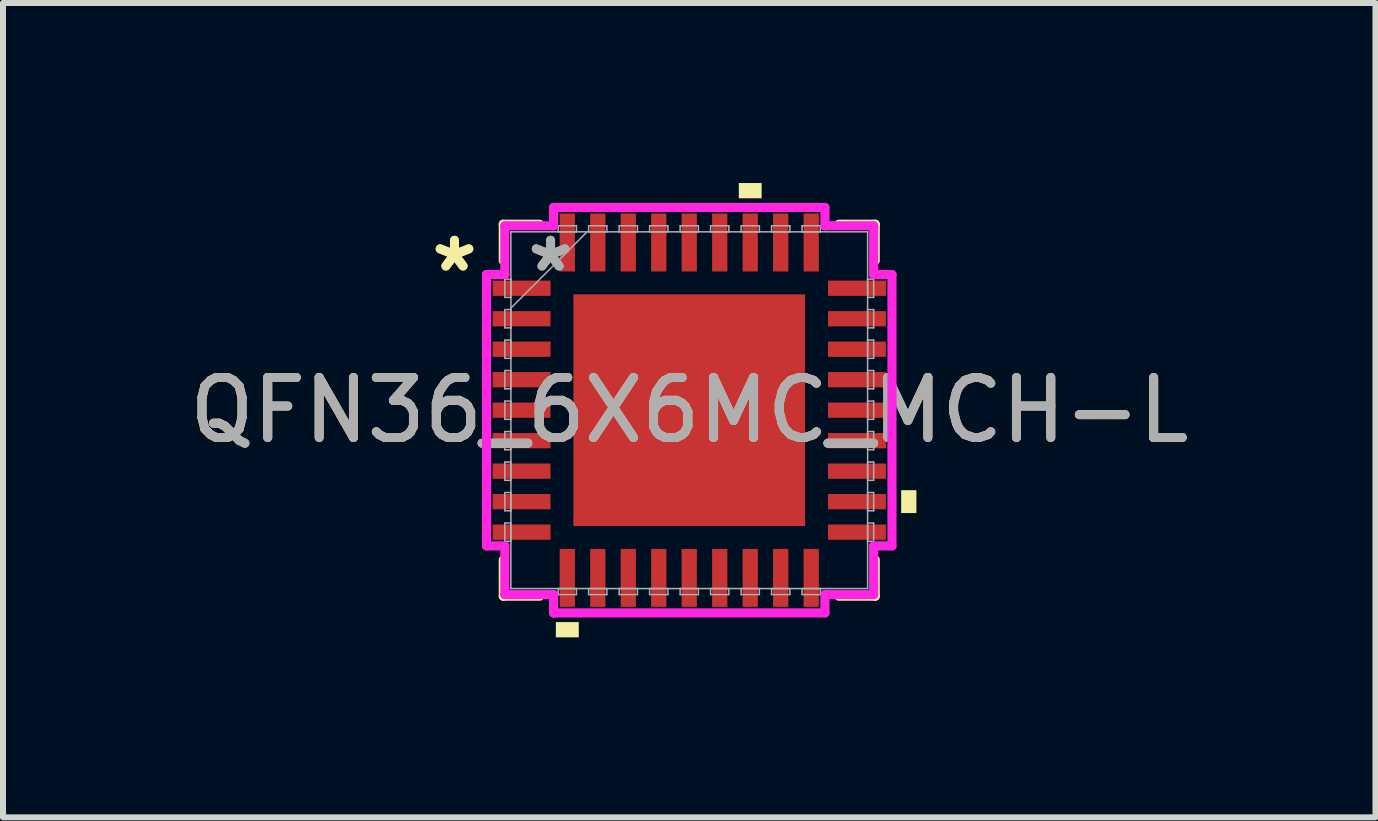
<source format=kicad_pcb>
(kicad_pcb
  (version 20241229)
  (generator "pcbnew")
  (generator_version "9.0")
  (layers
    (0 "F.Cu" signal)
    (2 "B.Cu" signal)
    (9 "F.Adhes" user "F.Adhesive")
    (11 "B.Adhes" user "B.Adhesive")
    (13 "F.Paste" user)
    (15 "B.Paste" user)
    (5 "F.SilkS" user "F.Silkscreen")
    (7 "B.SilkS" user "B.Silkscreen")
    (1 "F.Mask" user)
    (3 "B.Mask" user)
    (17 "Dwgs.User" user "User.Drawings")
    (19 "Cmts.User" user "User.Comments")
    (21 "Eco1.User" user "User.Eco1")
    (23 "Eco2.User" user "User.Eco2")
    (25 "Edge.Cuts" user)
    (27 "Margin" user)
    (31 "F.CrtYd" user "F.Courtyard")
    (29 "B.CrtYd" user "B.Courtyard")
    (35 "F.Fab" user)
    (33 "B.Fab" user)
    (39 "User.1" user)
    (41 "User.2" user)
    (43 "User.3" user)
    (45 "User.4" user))
  (footprint "QFN36_6X6MC_MCH-L"
    (layer "F.Cu")
    (at 8.435 3.785)
    (property "Reference" "QFN36_6X6MC_MCH-L" (at 0 0 0) (unlocked yes) (layer "F.SilkS") (effects (font (size 1 1) (thickness 0.15))))
    (attr smd)
    (fp_poly (pts (xy -1.994 -1.994) (xy -1.381 -1.994) (xy -1.381 1.994) (xy -1.994 1.994)) (stroke (width 0) (type solid)) (fill yes) (layer "F.Mask"))
    (fp_poly (pts (xy -1.994 -1.994) (xy 1.994 -1.994) (xy 1.994 -1.381) (xy -1.994 -1.381)) (stroke (width 0) (type solid)) (fill yes) (layer "F.Mask"))
    (fp_poly (pts (xy -1.994 -0.981) (xy 1.994 -0.981) (xy 1.994 -0.594) (xy -1.994 -0.594)) (stroke (width 0) (type solid)) (fill yes) (layer "F.Mask"))
    (fp_poly (pts (xy -1.994 -0.194) (xy 1.994 -0.194) (xy 1.994 0.194) (xy -1.994 0.194)) (stroke (width 0) (type solid)) (fill yes) (layer "F.Mask"))
    (fp_poly (pts (xy -1.994 0.594) (xy 1.994 0.594) (xy 1.994 0.981) (xy -1.994 0.981)) (stroke (width 0) (type solid)) (fill yes) (layer "F.Mask"))
    (fp_poly (pts (xy -1.994 1.381) (xy 1.994 1.381) (xy 1.994 1.994) (xy -1.994 1.994)) (stroke (width 0) (type solid)) (fill yes) (layer "F.Mask"))
    (fp_poly (pts (xy -0.594 -1.994) (xy -0.981 -1.994) (xy -0.981 1.994) (xy -0.594 1.994)) (stroke (width 0) (type solid)) (fill yes) (layer "F.Mask"))
    (fp_poly (pts (xy 0.194 -1.994) (xy -0.194 -1.994) (xy -0.194 1.994) (xy 0.194 1.994)) (stroke (width 0) (type solid)) (fill yes) (layer "F.Mask"))
    (fp_poly (pts (xy 0.981 -1.994) (xy 0.594 -1.994) (xy 0.594 1.994) (xy 0.981 1.994)) (stroke (width 0) (type solid)) (fill yes) (layer "F.Mask"))
    (fp_poly (pts (xy 1.381 -1.994) (xy 1.994 -1.994) (xy 1.994 1.994) (xy 1.381 1.994)) (stroke (width 0) (type solid)) (fill yes) (layer "F.Mask"))
    (fp_line (start -3.099 -3.099) (end -3.099 -2.492) (stroke (width 0.152) (type solid)) (layer "F.SilkS"))
    (fp_line (start -3.099 2.492) (end -3.099 3.099) (stroke (width 0.152) (type solid)) (layer "F.SilkS"))
    (fp_line (start -3.099 3.099) (end -2.492 3.099) (stroke (width 0.152) (type solid)) (layer "F.SilkS"))
    (fp_line (start -2.492 -3.099) (end -3.099 -3.099) (stroke (width 0.152) (type solid)) (layer "F.SilkS"))
    (fp_line (start 2.492 3.099) (end 3.099 3.099) (stroke (width 0.152) (type solid)) (layer "F.SilkS"))
    (fp_line (start 3.099 -3.099) (end 2.492 -3.099) (stroke (width 0.152) (type solid)) (layer "F.SilkS"))
    (fp_line (start 3.099 -2.492) (end 3.099 -3.099) (stroke (width 0.152) (type solid)) (layer "F.SilkS"))
    (fp_line (start 3.099 3.099) (end 3.099 2.492) (stroke (width 0.152) (type solid)) (layer "F.SilkS"))
    (fp_poly (pts (xy -2.223 3.531) (xy -2.223 3.785) (xy -1.841 3.785) (xy -1.841 3.531)) (stroke (width 0) (type solid)) (fill yes) (layer "F.SilkS"))
    (fp_poly (pts (xy 0.826 -3.531) (xy 0.826 -3.785) (xy 1.206 -3.785) (xy 1.206 -3.531)) (stroke (width 0) (type solid)) (fill yes) (layer "F.SilkS"))
    (fp_poly (pts (xy 3.785 1.333) (xy 3.785 1.714) (xy 3.531 1.714) (xy 3.531 1.333)) (stroke (width 0) (type solid)) (fill yes) (layer "F.SilkS"))
    (fp_poly (pts (xy -1.855 -1.855) (xy -1.855 -1.281) (xy -1.423 -1.281) (xy -1.281 -1.423) (xy -1.281 -1.855)) (stroke (width 0) (type solid)) (fill yes) (layer "F.Paste"))
    (fp_poly (pts (xy -1.855 1.281) (xy -1.855 1.855) (xy -1.281 1.855) (xy -1.281 1.423) (xy -1.423 1.281)) (stroke (width 0) (type solid)) (fill yes) (layer "F.Paste"))
    (fp_poly (pts (xy 1.281 -1.855) (xy 1.281 -1.423) (xy 1.423 -1.281) (xy 1.855 -1.281) (xy 1.855 -1.855)) (stroke (width 0) (type solid)) (fill yes) (layer "F.Paste"))
    (fp_poly (pts (xy 1.423 1.281) (xy 1.281 1.423) (xy 1.281 1.855) (xy 1.855 1.855) (xy 1.855 1.281)) (stroke (width 0) (type solid)) (fill yes) (layer "F.Paste"))
    (fp_poly (pts (xy -1.855 -1.081) (xy -1.855 -0.494) (xy -1.423 -0.494) (xy -1.281 -0.635) (xy -1.281 -0.94) (xy -1.423 -1.081)) (stroke (width 0) (type solid)) (fill yes) (layer "F.Paste"))
    (fp_poly (pts (xy -1.855 -0.294) (xy -1.855 0.294) (xy -1.423 0.294) (xy -1.281 0.152) (xy -1.281 -0.152) (xy -1.423 -0.294)) (stroke (width 0) (type solid)) (fill yes) (layer "F.Paste"))
    (fp_poly (pts (xy -1.855 0.494) (xy -1.855 1.081) (xy -1.423 1.081) (xy -1.281 0.94) (xy -1.281 0.635) (xy -1.423 0.494)) (stroke (width 0) (type solid)) (fill yes) (layer "F.Paste"))
    (fp_poly (pts (xy -1.081 -1.855) (xy -1.081 -1.423) (xy -0.94 -1.281) (xy -0.635 -1.281) (xy -0.494 -1.423) (xy -0.494 -1.855)) (stroke (width 0) (type solid)) (fill yes) (layer "F.Paste"))
    (fp_poly (pts (xy -0.94 1.281) (xy -1.081 1.423) (xy -1.081 1.855) (xy -0.494 1.855) (xy -0.494 1.423) (xy -0.635 1.281)) (stroke (width 0) (type solid)) (fill yes) (layer "F.Paste"))
    (fp_poly (pts (xy -0.294 -1.855) (xy -0.294 -1.423) (xy -0.152 -1.281) (xy 0.152 -1.281) (xy 0.294 -1.423) (xy 0.294 -1.855)) (stroke (width 0) (type solid)) (fill yes) (layer "F.Paste"))
    (fp_poly (pts (xy -0.152 1.281) (xy -0.294 1.423) (xy -0.294 1.855) (xy 0.294 1.855) (xy 0.294 1.423) (xy 0.152 1.281)) (stroke (width 0) (type solid)) (fill yes) (layer "F.Paste"))
    (fp_poly (pts (xy 0.494 -1.855) (xy 0.494 -1.423) (xy 0.635 -1.281) (xy 0.94 -1.281) (xy 1.081 -1.423) (xy 1.081 -1.855)) (stroke (width 0) (type solid)) (fill yes) (layer "F.Paste"))
    (fp_poly (pts (xy 0.635 1.281) (xy 0.494 1.423) (xy 0.494 1.855) (xy 1.081 1.855) (xy 1.081 1.423) (xy 0.94 1.281)) (stroke (width 0) (type solid)) (fill yes) (layer "F.Paste"))
    (fp_poly (pts (xy 1.423 -1.081) (xy 1.281 -0.94) (xy 1.281 -0.635) (xy 1.423 -0.494) (xy 1.855 -0.494) (xy 1.855 -1.081)) (stroke (width 0) (type solid)) (fill yes) (layer "F.Paste"))
    (fp_poly (pts (xy 1.423 -0.294) (xy 1.281 -0.152) (xy 1.281 0.152) (xy 1.423 0.294) (xy 1.855 0.294) (xy 1.855 -0.294)) (stroke (width 0) (type solid)) (fill yes) (layer "F.Paste"))
    (fp_poly (pts (xy 1.423 0.494) (xy 1.281 0.635) (xy 1.281 0.94) (xy 1.423 1.081) (xy 1.855 1.081) (xy 1.855 0.494)) (stroke (width 0) (type solid)) (fill yes) (layer "F.Paste"))
    (fp_poly (pts (xy -0.94 -1.081) (xy -1.081 -0.94) (xy -1.081 -0.635) (xy -0.94 -0.494) (xy -0.635 -0.494) (xy -0.494 -0.635) (xy -0.494 -0.94) (xy -0.635 -1.081)) (stroke (width 0) (type solid)) (fill yes) (layer "F.Paste"))
    (fp_poly (pts (xy -0.94 -0.294) (xy -1.081 -0.152) (xy -1.081 0.152) (xy -0.94 0.294) (xy -0.635 0.294) (xy -0.494 0.152) (xy -0.494 -0.152) (xy -0.635 -0.294)) (stroke (width 0) (type solid)) (fill yes) (layer "F.Paste"))
    (fp_poly (pts (xy -0.94 0.494) (xy -1.081 0.635) (xy -1.081 0.94) (xy -0.94 1.081) (xy -0.635 1.081) (xy -0.494 0.94) (xy -0.494 0.635) (xy -0.635 0.494)) (stroke (width 0) (type solid)) (fill yes) (layer "F.Paste"))
    (fp_poly (pts (xy -0.152 -1.081) (xy -0.294 -0.94) (xy -0.294 -0.635) (xy -0.152 -0.494) (xy 0.152 -0.494) (xy 0.294 -0.635) (xy 0.294 -0.94) (xy 0.152 -1.081)) (stroke (width 0) (type solid)) (fill yes) (layer "F.Paste"))
    (fp_poly (pts (xy -0.152 -0.294) (xy -0.294 -0.152) (xy -0.294 0.152) (xy -0.152 0.294) (xy 0.152 0.294) (xy 0.294 0.152) (xy 0.294 -0.152) (xy 0.152 -0.294)) (stroke (width 0) (type solid)) (fill yes) (layer "F.Paste"))
    (fp_poly (pts (xy -0.152 0.494) (xy -0.294 0.635) (xy -0.294 0.94) (xy -0.152 1.081) (xy 0.152 1.081) (xy 0.294 0.94) (xy 0.294 0.635) (xy 0.152 0.494)) (stroke (width 0) (type solid)) (fill yes) (layer "F.Paste"))
    (fp_poly (pts (xy 0.635 -1.081) (xy 0.494 -0.94) (xy 0.494 -0.635) (xy 0.635 -0.494) (xy 0.94 -0.494) (xy 1.081 -0.635) (xy 1.081 -0.94) (xy 0.94 -1.081)) (stroke (width 0) (type solid)) (fill yes) (layer "F.Paste"))
    (fp_poly (pts (xy 0.635 -0.294) (xy 0.494 -0.152) (xy 0.494 0.152) (xy 0.635 0.294) (xy 0.94 0.294) (xy 1.081 0.152) (xy 1.081 -0.152) (xy 0.94 -0.294)) (stroke (width 0) (type solid)) (fill yes) (layer "F.Paste"))
    (fp_poly (pts (xy 0.635 0.494) (xy 0.494 0.635) (xy 0.494 0.94) (xy 0.635 1.081) (xy 0.94 1.081) (xy 1.081 0.94) (xy 1.081 0.635) (xy 0.94 0.494)) (stroke (width 0) (type solid)) (fill yes) (layer "F.Paste"))
    (fp_circle (center -1.181 -1.181) (end -0.8 -1.181) (stroke (width 0.254) (type solid)) (fill no) (layer "Eco1.User"))
    (fp_circle (center -1.181 -0.394) (end -0.8 -0.394) (stroke (width 0.254) (type solid)) (fill no) (layer "Eco1.User"))
    (fp_circle (center -1.181 0.394) (end -0.8 0.394) (stroke (width 0.254) (type solid)) (fill no) (layer "Eco1.User"))
    (fp_circle (center -1.181 1.181) (end -0.8 1.181) (stroke (width 0.254) (type solid)) (fill no) (layer "Eco1.User"))
    (fp_circle (center -0.394 -1.181) (end -0.013 -1.181) (stroke (width 0.254) (type solid)) (fill no) (layer "Eco1.User"))
    (fp_circle (center -0.394 -0.394) (end -0.013 -0.394) (stroke (width 0.254) (type solid)) (fill no) (layer "Eco1.User"))
    (fp_circle (center -0.394 0.394) (end -0.013 0.394) (stroke (width 0.254) (type solid)) (fill no) (layer "Eco1.User"))
    (fp_circle (center -0.394 1.181) (end -0.013 1.181) (stroke (width 0.254) (type solid)) (fill no) (layer "Eco1.User"))
    (fp_circle (center 0.394 -1.181) (end 0.775 -1.181) (stroke (width 0.254) (type solid)) (fill no) (layer "Eco1.User"))
    (fp_circle (center 0.394 -0.394) (end 0.775 -0.394) (stroke (width 0.254) (type solid)) (fill no) (layer "Eco1.User"))
    (fp_circle (center 0.394 0.394) (end 0.775 0.394) (stroke (width 0.254) (type solid)) (fill no) (layer "Eco1.User"))
    (fp_circle (center 0.394 1.181) (end 0.775 1.181) (stroke (width 0.254) (type solid)) (fill no) (layer "Eco1.User"))
    (fp_circle (center 1.181 -1.181) (end 1.562 -1.181) (stroke (width 0.254) (type solid)) (fill no) (layer "Eco1.User"))
    (fp_circle (center 1.181 -0.394) (end 1.562 -0.394) (stroke (width 0.254) (type solid)) (fill no) (layer "Eco1.User"))
    (fp_circle (center 1.181 0.394) (end 1.562 0.394) (stroke (width 0.254) (type solid)) (fill no) (layer "Eco1.User"))
    (fp_circle (center 1.181 1.181) (end 1.562 1.181) (stroke (width 0.254) (type solid)) (fill no) (layer "Eco1.User"))
    (fp_line (start -3.378 -2.261) (end -3.073 -2.261) (stroke (width 0.152) (type solid)) (layer "F.CrtYd"))
    (fp_line (start -3.378 2.261) (end -3.378 -2.261) (stroke (width 0.152) (type solid)) (layer "F.CrtYd"))
    (fp_line (start -3.073 -3.073) (end -2.261 -3.073) (stroke (width 0.152) (type solid)) (layer "F.CrtYd"))
    (fp_line (start -3.073 -2.261) (end -3.073 -3.073) (stroke (width 0.152) (type solid)) (layer "F.CrtYd"))
    (fp_line (start -3.073 2.261) (end -3.378 2.261) (stroke (width 0.152) (type solid)) (layer "F.CrtYd"))
    (fp_line (start -3.073 3.073) (end -3.073 2.261) (stroke (width 0.152) (type solid)) (layer "F.CrtYd"))
    (fp_line (start -2.261 -3.378) (end 2.261 -3.378) (stroke (width 0.152) (type solid)) (layer "F.CrtYd"))
    (fp_line (start -2.261 -3.073) (end -2.261 -3.378) (stroke (width 0.152) (type solid)) (layer "F.CrtYd"))
    (fp_line (start -2.261 3.073) (end -3.073 3.073) (stroke (width 0.152) (type solid)) (layer "F.CrtYd"))
    (fp_line (start -2.261 3.378) (end -2.261 3.073) (stroke (width 0.152) (type solid)) (layer "F.CrtYd"))
    (fp_line (start 2.261 -3.378) (end 2.261 -3.073) (stroke (width 0.152) (type solid)) (layer "F.CrtYd"))
    (fp_line (start 2.261 -3.073) (end 3.073 -3.073) (stroke (width 0.152) (type solid)) (layer "F.CrtYd"))
    (fp_line (start 2.261 3.073) (end 2.261 3.378) (stroke (width 0.152) (type solid)) (layer "F.CrtYd"))
    (fp_line (start 2.261 3.378) (end -2.261 3.378) (stroke (width 0.152) (type solid)) (layer "F.CrtYd"))
    (fp_line (start 3.073 -3.073) (end 3.073 -2.261) (stroke (width 0.152) (type solid)) (layer "F.CrtYd"))
    (fp_line (start 3.073 -2.261) (end 3.378 -2.261) (stroke (width 0.152) (type solid)) (layer "F.CrtYd"))
    (fp_line (start 3.073 2.261) (end 3.073 3.073) (stroke (width 0.152) (type solid)) (layer "F.CrtYd"))
    (fp_line (start 3.073 3.073) (end 2.261 3.073) (stroke (width 0.152) (type solid)) (layer "F.CrtYd"))
    (fp_line (start 3.378 -2.261) (end 3.378 2.261) (stroke (width 0.152) (type solid)) (layer "F.CrtYd"))
    (fp_line (start 3.378 2.261) (end 3.073 2.261) (stroke (width 0.152) (type solid)) (layer "F.CrtYd"))
    (fp_line (start -3.073 -2.184) (end -3.073 -1.88) (stroke (width 0.025) (type solid)) (layer "F.Fab"))
    (fp_line (start -3.073 -1.88) (end -2.972 -1.88) (stroke (width 0.025) (type solid)) (layer "F.Fab"))
    (fp_line (start -3.073 -1.676) (end -3.073 -1.372) (stroke (width 0.025) (type solid)) (layer "F.Fab"))
    (fp_line (start -3.073 -1.372) (end -2.972 -1.372) (stroke (width 0.025) (type solid)) (layer "F.Fab"))
    (fp_line (start -3.073 -1.168) (end -3.073 -0.864) (stroke (width 0.025) (type solid)) (layer "F.Fab"))
    (fp_line (start -3.073 -0.864) (end -2.972 -0.864) (stroke (width 0.025) (type solid)) (layer "F.Fab"))
    (fp_line (start -3.073 -0.66) (end -3.073 -0.356) (stroke (width 0.025) (type solid)) (layer "F.Fab"))
    (fp_line (start -3.073 -0.356) (end -2.972 -0.356) (stroke (width 0.025) (type solid)) (layer "F.Fab"))
    (fp_line (start -3.073 -0.152) (end -3.073 0.152) (stroke (width 0.025) (type solid)) (layer "F.Fab"))
    (fp_line (start -3.073 0.152) (end -2.972 0.152) (stroke (width 0.025) (type solid)) (layer "F.Fab"))
    (fp_line (start -3.073 0.356) (end -3.073 0.66) (stroke (width 0.025) (type solid)) (layer "F.Fab"))
    (fp_line (start -3.073 0.66) (end -2.972 0.66) (stroke (width 0.025) (type solid)) (layer "F.Fab"))
    (fp_line (start -3.073 0.864) (end -3.073 1.168) (stroke (width 0.025) (type solid)) (layer "F.Fab"))
    (fp_line (start -3.073 1.168) (end -2.972 1.168) (stroke (width 0.025) (type solid)) (layer "F.Fab"))
    (fp_line (start -3.073 1.372) (end -3.073 1.676) (stroke (width 0.025) (type solid)) (layer "F.Fab"))
    (fp_line (start -3.073 1.676) (end -2.972 1.676) (stroke (width 0.025) (type solid)) (layer "F.Fab"))
    (fp_line (start -3.073 1.88) (end -3.073 2.184) (stroke (width 0.025) (type solid)) (layer "F.Fab"))
    (fp_line (start -3.073 2.184) (end -2.972 2.184) (stroke (width 0.025) (type solid)) (layer "F.Fab"))
    (fp_line (start -2.972 -2.972) (end -2.972 -2.972) (stroke (width 0.025) (type solid)) (layer "F.Fab"))
    (fp_line (start -2.972 -2.972) (end -2.972 2.972) (stroke (width 0.025) (type solid)) (layer "F.Fab"))
    (fp_line (start -2.972 -2.184) (end -3.073 -2.184) (stroke (width 0.025) (type solid)) (layer "F.Fab"))
    (fp_line (start -2.972 -1.88) (end -2.972 -2.184) (stroke (width 0.025) (type solid)) (layer "F.Fab"))
    (fp_line (start -2.972 -1.702) (end -1.702 -2.972) (stroke (width 0.025) (type solid)) (layer "F.Fab"))
    (fp_line (start -2.972 -1.676) (end -3.073 -1.676) (stroke (width 0.025) (type solid)) (layer "F.Fab"))
    (fp_line (start -2.972 -1.372) (end -2.972 -1.676) (stroke (width 0.025) (type solid)) (layer "F.Fab"))
    (fp_line (start -2.972 -1.168) (end -3.073 -1.168) (stroke (width 0.025) (type solid)) (layer "F.Fab"))
    (fp_line (start -2.972 -0.864) (end -2.972 -1.168) (stroke (width 0.025) (type solid)) (layer "F.Fab"))
    (fp_line (start -2.972 -0.66) (end -3.073 -0.66) (stroke (width 0.025) (type solid)) (layer "F.Fab"))
    (fp_line (start -2.972 -0.356) (end -2.972 -0.66) (stroke (width 0.025) (type solid)) (layer "F.Fab"))
    (fp_line (start -2.972 -0.152) (end -3.073 -0.152) (stroke (width 0.025) (type solid)) (layer "F.Fab"))
    (fp_line (start -2.972 0.152) (end -2.972 -0.152) (stroke (width 0.025) (type solid)) (layer "F.Fab"))
    (fp_line (start -2.972 0.356) (end -3.073 0.356) (stroke (width 0.025) (type solid)) (layer "F.Fab"))
    (fp_line (start -2.972 0.66) (end -2.972 0.356) (stroke (width 0.025) (type solid)) (layer "F.Fab"))
    (fp_line (start -2.972 0.864) (end -3.073 0.864) (stroke (width 0.025) (type solid)) (layer "F.Fab"))
    (fp_line (start -2.972 1.168) (end -2.972 0.864) (stroke (width 0.025) (type solid)) (layer "F.Fab"))
    (fp_line (start -2.972 1.372) (end -3.073 1.372) (stroke (width 0.025) (type solid)) (layer "F.Fab"))
    (fp_line (start -2.972 1.676) (end -2.972 1.372) (stroke (width 0.025) (type solid)) (layer "F.Fab"))
    (fp_line (start -2.972 1.88) (end -3.073 1.88) (stroke (width 0.025) (type solid)) (layer "F.Fab"))
    (fp_line (start -2.972 2.184) (end -2.972 1.88) (stroke (width 0.025) (type solid)) (layer "F.Fab"))
    (fp_line (start -2.972 2.972) (end -2.972 2.972) (stroke (width 0.025) (type solid)) (layer "F.Fab"))
    (fp_line (start -2.972 2.972) (end 2.972 2.972) (stroke (width 0.025) (type solid)) (layer "F.Fab"))
    (fp_line (start -2.184 -3.073) (end -2.184 -2.972) (stroke (width 0.025) (type solid)) (layer "F.Fab"))
    (fp_line (start -2.184 -2.972) (end -1.88 -2.972) (stroke (width 0.025) (type solid)) (layer "F.Fab"))
    (fp_line (start -2.184 2.972) (end -2.184 3.073) (stroke (width 0.025) (type solid)) (layer "F.Fab"))
    (fp_line (start -2.184 3.073) (end -1.88 3.073) (stroke (width 0.025) (type solid)) (layer "F.Fab"))
    (fp_line (start -1.88 -3.073) (end -2.184 -3.073) (stroke (width 0.025) (type solid)) (layer "F.Fab"))
    (fp_line (start -1.88 -2.972) (end -1.88 -3.073) (stroke (width 0.025) (type solid)) (layer "F.Fab"))
    (fp_line (start -1.88 2.972) (end -2.184 2.972) (stroke (width 0.025) (type solid)) (layer "F.Fab"))
    (fp_line (start -1.88 3.073) (end -1.88 2.972) (stroke (width 0.025) (type solid)) (layer "F.Fab"))
    (fp_line (start -1.676 -3.073) (end -1.676 -2.972) (stroke (width 0.025) (type solid)) (layer "F.Fab"))
    (fp_line (start -1.676 -2.972) (end -1.372 -2.972) (stroke (width 0.025) (type solid)) (layer "F.Fab"))
    (fp_line (start -1.676 2.972) (end -1.676 3.073) (stroke (width 0.025) (type solid)) (layer "F.Fab"))
    (fp_line (start -1.676 3.073) (end -1.372 3.073) (stroke (width 0.025) (type solid)) (layer "F.Fab"))
    (fp_line (start -1.372 -3.073) (end -1.676 -3.073) (stroke (width 0.025) (type solid)) (layer "F.Fab"))
    (fp_line (start -1.372 -2.972) (end -1.372 -3.073) (stroke (width 0.025) (type solid)) (layer "F.Fab"))
    (fp_line (start -1.372 2.972) (end -1.676 2.972) (stroke (width 0.025) (type solid)) (layer "F.Fab"))
    (fp_line (start -1.372 3.073) (end -1.372 2.972) (stroke (width 0.025) (type solid)) (layer "F.Fab"))
    (fp_line (start -1.168 -3.073) (end -1.168 -2.972) (stroke (width 0.025) (type solid)) (layer "F.Fab"))
    (fp_line (start -1.168 -2.972) (end -0.864 -2.972) (stroke (width 0.025) (type solid)) (layer "F.Fab"))
    (fp_line (start -1.168 2.972) (end -1.168 3.073) (stroke (width 0.025) (type solid)) (layer "F.Fab"))
    (fp_line (start -1.168 3.073) (end -0.864 3.073) (stroke (width 0.025) (type solid)) (layer "F.Fab"))
    (fp_line (start -0.864 -3.073) (end -1.168 -3.073) (stroke (width 0.025) (type solid)) (layer "F.Fab"))
    (fp_line (start -0.864 -2.972) (end -0.864 -3.073) (stroke (width 0.025) (type solid)) (layer "F.Fab"))
    (fp_line (start -0.864 2.972) (end -1.168 2.972) (stroke (width 0.025) (type solid)) (layer "F.Fab"))
    (fp_line (start -0.864 3.073) (end -0.864 2.972) (stroke (width 0.025) (type solid)) (layer "F.Fab"))
    (fp_line (start -0.66 -3.073) (end -0.66 -2.972) (stroke (width 0.025) (type solid)) (layer "F.Fab"))
    (fp_line (start -0.66 -2.972) (end -0.356 -2.972) (stroke (width 0.025) (type solid)) (layer "F.Fab"))
    (fp_line (start -0.66 2.972) (end -0.66 3.073) (stroke (width 0.025) (type solid)) (layer "F.Fab"))
    (fp_line (start -0.66 3.073) (end -0.356 3.073) (stroke (width 0.025) (type solid)) (layer "F.Fab"))
    (fp_line (start -0.356 -3.073) (end -0.66 -3.073) (stroke (width 0.025) (type solid)) (layer "F.Fab"))
    (fp_line (start -0.356 -2.972) (end -0.356 -3.073) (stroke (width 0.025) (type solid)) (layer "F.Fab"))
    (fp_line (start -0.356 2.972) (end -0.66 2.972) (stroke (width 0.025) (type solid)) (layer "F.Fab"))
    (fp_line (start -0.356 3.073) (end -0.356 2.972) (stroke (width 0.025) (type solid)) (layer "F.Fab"))
    (fp_line (start -0.152 -3.073) (end -0.152 -2.972) (stroke (width 0.025) (type solid)) (layer "F.Fab"))
    (fp_line (start -0.152 -2.972) (end 0.152 -2.972) (stroke (width 0.025) (type solid)) (layer "F.Fab"))
    (fp_line (start -0.152 2.972) (end -0.152 3.073) (stroke (width 0.025) (type solid)) (layer "F.Fab"))
    (fp_line (start -0.152 3.073) (end 0.152 3.073) (stroke (width 0.025) (type solid)) (layer "F.Fab"))
    (fp_line (start 0.152 -3.073) (end -0.152 -3.073) (stroke (width 0.025) (type solid)) (layer "F.Fab"))
    (fp_line (start 0.152 -2.972) (end 0.152 -3.073) (stroke (width 0.025) (type solid)) (layer "F.Fab"))
    (fp_line (start 0.152 2.972) (end -0.152 2.972) (stroke (width 0.025) (type solid)) (layer "F.Fab"))
    (fp_line (start 0.152 3.073) (end 0.152 2.972) (stroke (width 0.025) (type solid)) (layer "F.Fab"))
    (fp_line (start 0.356 -3.073) (end 0.356 -2.972) (stroke (width 0.025) (type solid)) (layer "F.Fab"))
    (fp_line (start 0.356 -2.972) (end 0.66 -2.972) (stroke (width 0.025) (type solid)) (layer "F.Fab"))
    (fp_line (start 0.356 2.972) (end 0.356 3.073) (stroke (width 0.025) (type solid)) (layer "F.Fab"))
    (fp_line (start 0.356 3.073) (end 0.66 3.073) (stroke (width 0.025) (type solid)) (layer "F.Fab"))
    (fp_line (start 0.66 -3.073) (end 0.356 -3.073) (stroke (width 0.025) (type solid)) (layer "F.Fab"))
    (fp_line (start 0.66 -2.972) (end 0.66 -3.073) (stroke (width 0.025) (type solid)) (layer "F.Fab"))
    (fp_line (start 0.66 2.972) (end 0.356 2.972) (stroke (width 0.025) (type solid)) (layer "F.Fab"))
    (fp_line (start 0.66 3.073) (end 0.66 2.972) (stroke (width 0.025) (type solid)) (layer "F.Fab"))
    (fp_line (start 0.864 -3.073) (end 0.864 -2.972) (stroke (width 0.025) (type solid)) (layer "F.Fab"))
    (fp_line (start 0.864 -2.972) (end 1.168 -2.972) (stroke (width 0.025) (type solid)) (layer "F.Fab"))
    (fp_line (start 0.864 2.972) (end 0.864 3.073) (stroke (width 0.025) (type solid)) (layer "F.Fab"))
    (fp_line (start 0.864 3.073) (end 1.168 3.073) (stroke (width 0.025) (type solid)) (layer "F.Fab"))
    (fp_line (start 1.168 -3.073) (end 0.864 -3.073) (stroke (width 0.025) (type solid)) (layer "F.Fab"))
    (fp_line (start 1.168 -2.972) (end 1.168 -3.073) (stroke (width 0.025) (type solid)) (layer "F.Fab"))
    (fp_line (start 1.168 2.972) (end 0.864 2.972) (stroke (width 0.025) (type solid)) (layer "F.Fab"))
    (fp_line (start 1.168 3.073) (end 1.168 2.972) (stroke (width 0.025) (type solid)) (layer "F.Fab"))
    (fp_line (start 1.372 -3.073) (end 1.372 -2.972) (stroke (width 0.025) (type solid)) (layer "F.Fab"))
    (fp_line (start 1.372 -2.972) (end 1.676 -2.972) (stroke (width 0.025) (type solid)) (layer "F.Fab"))
    (fp_line (start 1.372 2.972) (end 1.372 3.073) (stroke (width 0.025) (type solid)) (layer "F.Fab"))
    (fp_line (start 1.372 3.073) (end 1.676 3.073) (stroke (width 0.025) (type solid)) (layer "F.Fab"))
    (fp_line (start 1.676 -3.073) (end 1.372 -3.073) (stroke (width 0.025) (type solid)) (layer "F.Fab"))
    (fp_line (start 1.676 -2.972) (end 1.676 -3.073) (stroke (width 0.025) (type solid)) (layer "F.Fab"))
    (fp_line (start 1.676 2.972) (end 1.372 2.972) (stroke (width 0.025) (type solid)) (layer "F.Fab"))
    (fp_line (start 1.676 3.073) (end 1.676 2.972) (stroke (width 0.025) (type solid)) (layer "F.Fab"))
    (fp_line (start 1.88 -3.073) (end 1.88 -2.972) (stroke (width 0.025) (type solid)) (layer "F.Fab"))
    (fp_line (start 1.88 -2.972) (end 2.184 -2.972) (stroke (width 0.025) (type solid)) (layer "F.Fab"))
    (fp_line (start 1.88 2.972) (end 1.88 3.073) (stroke (width 0.025) (type solid)) (layer "F.Fab"))
    (fp_line (start 1.88 3.073) (end 2.184 3.073) (stroke (width 0.025) (type solid)) (layer "F.Fab"))
    (fp_line (start 2.184 -3.073) (end 1.88 -3.073) (stroke (width 0.025) (type solid)) (layer "F.Fab"))
    (fp_line (start 2.184 -2.972) (end 2.184 -3.073) (stroke (width 0.025) (type solid)) (layer "F.Fab"))
    (fp_line (start 2.184 2.972) (end 1.88 2.972) (stroke (width 0.025) (type solid)) (layer "F.Fab"))
    (fp_line (start 2.184 3.073) (end 2.184 2.972) (stroke (width 0.025) (type solid)) (layer "F.Fab"))
    (fp_line (start 2.972 -2.972) (end -2.972 -2.972) (stroke (width 0.025) (type solid)) (layer "F.Fab"))
    (fp_line (start 2.972 -2.972) (end 2.972 -2.972) (stroke (width 0.025) (type solid)) (layer "F.Fab"))
    (fp_line (start 2.972 -2.184) (end 2.972 -1.88) (stroke (width 0.025) (type solid)) (layer "F.Fab"))
    (fp_line (start 2.972 -1.88) (end 3.073 -1.88) (stroke (width 0.025) (type solid)) (layer "F.Fab"))
    (fp_line (start 2.972 -1.676) (end 2.972 -1.372) (stroke (width 0.025) (type solid)) (layer "F.Fab"))
    (fp_line (start 2.972 -1.372) (end 3.073 -1.372) (stroke (width 0.025) (type solid)) (layer "F.Fab"))
    (fp_line (start 2.972 -1.168) (end 2.972 -0.864) (stroke (width 0.025) (type solid)) (layer "F.Fab"))
    (fp_line (start 2.972 -0.864) (end 3.073 -0.864) (stroke (width 0.025) (type solid)) (layer "F.Fab"))
    (fp_line (start 2.972 -0.66) (end 2.972 -0.356) (stroke (width 0.025) (type solid)) (layer "F.Fab"))
    (fp_line (start 2.972 -0.356) (end 3.073 -0.356) (stroke (width 0.025) (type solid)) (layer "F.Fab"))
    (fp_line (start 2.972 -0.152) (end 2.972 0.152) (stroke (width 0.025) (type solid)) (layer "F.Fab"))
    (fp_line (start 2.972 0.152) (end 3.073 0.152) (stroke (width 0.025) (type solid)) (layer "F.Fab"))
    (fp_line (start 2.972 0.356) (end 2.972 0.66) (stroke (width 0.025) (type solid)) (layer "F.Fab"))
    (fp_line (start 2.972 0.66) (end 3.073 0.66) (stroke (width 0.025) (type solid)) (layer "F.Fab"))
    (fp_line (start 2.972 0.864) (end 2.972 1.168) (stroke (width 0.025) (type solid)) (layer "F.Fab"))
    (fp_line (start 2.972 1.168) (end 3.073 1.168) (stroke (width 0.025) (type solid)) (layer "F.Fab"))
    (fp_line (start 2.972 1.372) (end 2.972 1.676) (stroke (width 0.025) (type solid)) (layer "F.Fab"))
    (fp_line (start 2.972 1.676) (end 3.073 1.676) (stroke (width 0.025) (type solid)) (layer "F.Fab"))
    (fp_line (start 2.972 1.88) (end 2.972 2.184) (stroke (width 0.025) (type solid)) (layer "F.Fab"))
    (fp_line (start 2.972 2.184) (end 3.073 2.184) (stroke (width 0.025) (type solid)) (layer "F.Fab"))
    (fp_line (start 2.972 2.972) (end 2.972 -2.972) (stroke (width 0.025) (type solid)) (layer "F.Fab"))
    (fp_line (start 2.972 2.972) (end 2.972 2.972) (stroke (width 0.025) (type solid)) (layer "F.Fab"))
    (fp_line (start 3.073 -2.184) (end 2.972 -2.184) (stroke (width 0.025) (type solid)) (layer "F.Fab"))
    (fp_line (start 3.073 -1.88) (end 3.073 -2.184) (stroke (width 0.025) (type solid)) (layer "F.Fab"))
    (fp_line (start 3.073 -1.676) (end 2.972 -1.676) (stroke (width 0.025) (type solid)) (layer "F.Fab"))
    (fp_line (start 3.073 -1.372) (end 3.073 -1.676) (stroke (width 0.025) (type solid)) (layer "F.Fab"))
    (fp_line (start 3.073 -1.168) (end 2.972 -1.168) (stroke (width 0.025) (type solid)) (layer "F.Fab"))
    (fp_line (start 3.073 -0.864) (end 3.073 -1.168) (stroke (width 0.025) (type solid)) (layer "F.Fab"))
    (fp_line (start 3.073 -0.66) (end 2.972 -0.66) (stroke (width 0.025) (type solid)) (layer "F.Fab"))
    (fp_line (start 3.073 -0.356) (end 3.073 -0.66) (stroke (width 0.025) (type solid)) (layer "F.Fab"))
    (fp_line (start 3.073 -0.152) (end 2.972 -0.152) (stroke (width 0.025) (type solid)) (layer "F.Fab"))
    (fp_line (start 3.073 0.152) (end 3.073 -0.152) (stroke (width 0.025) (type solid)) (layer "F.Fab"))
    (fp_line (start 3.073 0.356) (end 2.972 0.356) (stroke (width 0.025) (type solid)) (layer "F.Fab"))
    (fp_line (start 3.073 0.66) (end 3.073 0.356) (stroke (width 0.025) (type solid)) (layer "F.Fab"))
    (fp_line (start 3.073 0.864) (end 2.972 0.864) (stroke (width 0.025) (type solid)) (layer "F.Fab"))
    (fp_line (start 3.073 1.168) (end 3.073 0.864) (stroke (width 0.025) (type solid)) (layer "F.Fab"))
    (fp_line (start 3.073 1.372) (end 2.972 1.372) (stroke (width 0.025) (type solid)) (layer "F.Fab"))
    (fp_line (start 3.073 1.676) (end 3.073 1.372) (stroke (width 0.025) (type solid)) (layer "F.Fab"))
    (fp_line (start 3.073 1.88) (end 2.972 1.88) (stroke (width 0.025) (type solid)) (layer "F.Fab"))
    (fp_line (start 3.073 2.184) (end 3.073 1.88) (stroke (width 0.025) (type solid)) (layer "F.Fab"))
    (fp_text user "*" (at -3.912 -2.286 0) (layer "F.SilkS") (effects (font (size 1 1) (thickness 0.15))))
    (fp_text user "*" (at -3.912 -2.286 0) (unlocked yes) (layer "F.SilkS") (effects (font (size 1 1) (thickness 0.15))))
    (fp_text user "*" (at -2.311 -2.286 0) (layer "F.Fab") (effects (font (size 1 1) (thickness 0.15))))
    (fp_text user "*" (at -2.311 -2.286 0) (unlocked yes) (layer "F.Fab") (effects (font (size 1 1) (thickness 0.15))))
    (fp_text user "${REFERENCE}" (at 0 0 0) (unlocked yes) (layer "F.Fab") (effects (font (size 1 1) (thickness 0.15))))
    (pad "1" smd rect (at -2.794 -2.032 90) (size 0.254 0.965) (layers "F.Cu" "F.Mask" "F.Paste"))
    (pad "2" smd rect (at -2.794 -1.524 90) (size 0.254 0.965) (layers "F.Cu" "F.Mask" "F.Paste"))
    (pad "3" smd rect (at -2.794 -1.016 90) (size 0.254 0.965) (layers "F.Cu" "F.Mask" "F.Paste"))
    (pad "4" smd rect (at -2.794 -0.508 90) (size 0.254 0.965) (layers "F.Cu" "F.Mask" "F.Paste"))
    (pad "5" smd rect (at -2.794 0 90) (size 0.254 0.965) (layers "F.Cu" "F.Mask" "F.Paste"))
    (pad "6" smd rect (at -2.794 0.508 90) (size 0.254 0.965) (layers "F.Cu" "F.Mask" "F.Paste"))
    (pad "7" smd rect (at -2.794 1.016 90) (size 0.254 0.965) (layers "F.Cu" "F.Mask" "F.Paste"))
    (pad "8" smd rect (at -2.794 1.524 90) (size 0.254 0.965) (layers "F.Cu" "F.Mask" "F.Paste"))
    (pad "9" smd rect (at -2.794 2.032 90) (size 0.254 0.965) (layers "F.Cu" "F.Mask" "F.Paste"))
    (pad "10" smd rect (at -2.032 2.794) (size 0.254 0.965) (layers "F.Cu" "F.Mask" "F.Paste"))
    (pad "11" smd rect (at -1.524 2.794) (size 0.254 0.965) (layers "F.Cu" "F.Mask" "F.Paste"))
    (pad "12" smd rect (at -1.016 2.794) (size 0.254 0.965) (layers "F.Cu" "F.Mask" "F.Paste"))
    (pad "13" smd rect (at -0.508 2.794) (size 0.254 0.965) (layers "F.Cu" "F.Mask" "F.Paste"))
    (pad "14" smd rect (at 0 2.794) (size 0.254 0.965) (layers "F.Cu" "F.Mask" "F.Paste"))
    (pad "15" smd rect (at 0.508 2.794) (size 0.254 0.965) (layers "F.Cu" "F.Mask" "F.Paste"))
    (pad "16" smd rect (at 1.016 2.794) (size 0.254 0.965) (layers "F.Cu" "F.Mask" "F.Paste"))
    (pad "17" smd rect (at 1.524 2.794) (size 0.254 0.965) (layers "F.Cu" "F.Mask" "F.Paste"))
    (pad "18" smd rect (at 2.032 2.794) (size 0.254 0.965) (layers "F.Cu" "F.Mask" "F.Paste"))
    (pad "19" smd rect (at 2.794 2.032 90) (size 0.254 0.965) (layers "F.Cu" "F.Mask" "F.Paste"))
    (pad "20" smd rect (at 2.794 1.524 90) (size 0.254 0.965) (layers "F.Cu" "F.Mask" "F.Paste"))
    (pad "21" smd rect (at 2.794 1.016 90) (size 0.254 0.965) (layers "F.Cu" "F.Mask" "F.Paste"))
    (pad "22" smd rect (at 2.794 0.508 90) (size 0.254 0.965) (layers "F.Cu" "F.Mask" "F.Paste"))
    (pad "23" smd rect (at 2.794 0 90) (size 0.254 0.965) (layers "F.Cu" "F.Mask" "F.Paste"))
    (pad "24" smd rect (at 2.794 -0.508 90) (size 0.254 0.965) (layers "F.Cu" "F.Mask" "F.Paste"))
    (pad "25" smd rect (at 2.794 -1.016 90) (size 0.254 0.965) (layers "F.Cu" "F.Mask" "F.Paste"))
    (pad "26" smd rect (at 2.794 -1.524 90) (size 0.254 0.965) (layers "F.Cu" "F.Mask" "F.Paste"))
    (pad "27" smd rect (at 2.794 -2.032 90) (size 0.254 0.965) (layers "F.Cu" "F.Mask" "F.Paste"))
    (pad "28" smd rect (at 2.032 -2.794) (size 0.254 0.965) (layers "F.Cu" "F.Mask" "F.Paste"))
    (pad "29" smd rect (at 1.524 -2.794) (size 0.254 0.965) (layers "F.Cu" "F.Mask" "F.Paste"))
    (pad "30" smd rect (at 1.016 -2.794) (size 0.254 0.965) (layers "F.Cu" "F.Mask" "F.Paste"))
    (pad "31" smd rect (at 0.508 -2.794) (size 0.254 0.965) (layers "F.Cu" "F.Mask" "F.Paste"))
    (pad "32" smd rect (at 0 -2.794) (size 0.254 0.965) (layers "F.Cu" "F.Mask" "F.Paste"))
    (pad "33" smd rect (at -0.508 -2.794) (size 0.254 0.965) (layers "F.Cu" "F.Mask" "F.Paste"))
    (pad "34" smd rect (at -1.016 -2.794) (size 0.254 0.965) (layers "F.Cu" "F.Mask" "F.Paste"))
    (pad "35" smd rect (at -1.524 -2.794) (size 0.254 0.965) (layers "F.Cu" "F.Mask" "F.Paste"))
    (pad "36" smd rect (at -2.032 -2.794) (size 0.254 0.965) (layers "F.Cu" "F.Mask" "F.Paste"))
    (pad "37" smd rect (at 0 0) (size 3.861 3.861) (layers "F.Cu")))
  (gr_rect
    (start -3 -3)
    (end 19.869 10.569)
    (stroke (width 0.1) (type default))
    (fill no)
    (layer "Edge.Cuts")))
</source>
